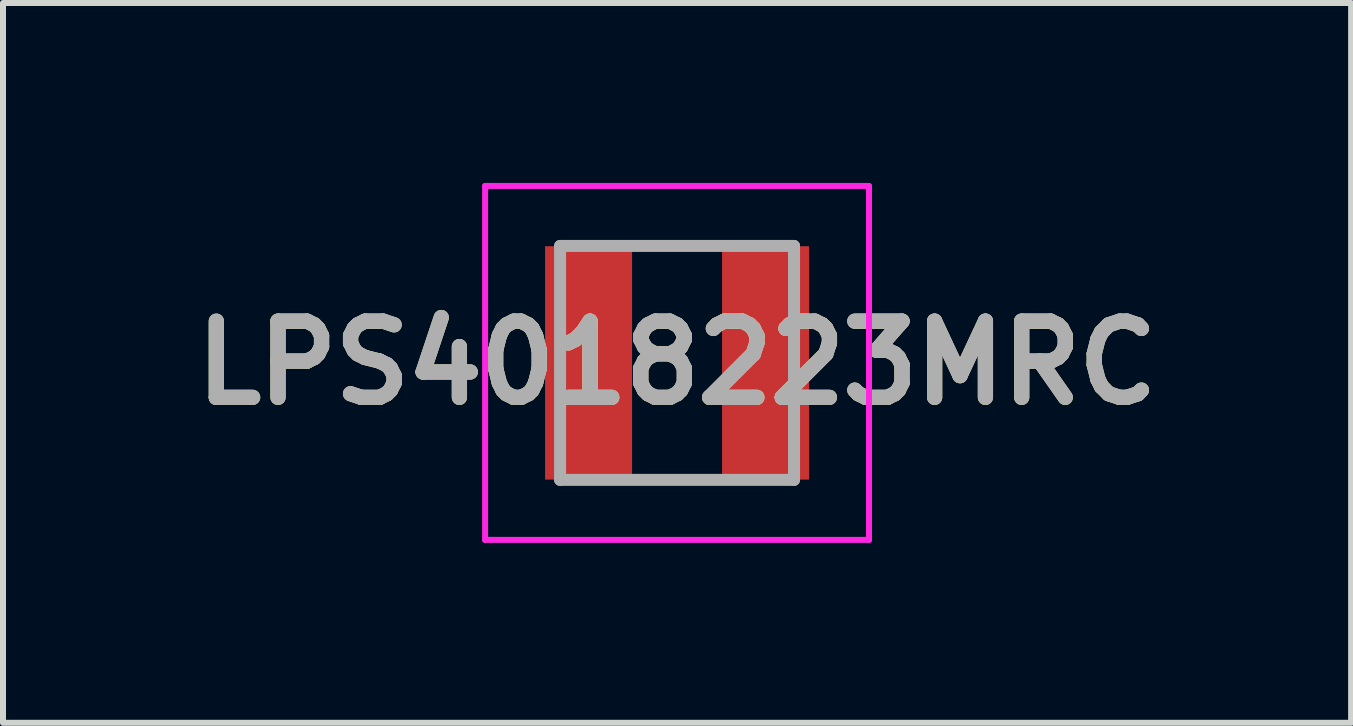
<source format=kicad_pcb>
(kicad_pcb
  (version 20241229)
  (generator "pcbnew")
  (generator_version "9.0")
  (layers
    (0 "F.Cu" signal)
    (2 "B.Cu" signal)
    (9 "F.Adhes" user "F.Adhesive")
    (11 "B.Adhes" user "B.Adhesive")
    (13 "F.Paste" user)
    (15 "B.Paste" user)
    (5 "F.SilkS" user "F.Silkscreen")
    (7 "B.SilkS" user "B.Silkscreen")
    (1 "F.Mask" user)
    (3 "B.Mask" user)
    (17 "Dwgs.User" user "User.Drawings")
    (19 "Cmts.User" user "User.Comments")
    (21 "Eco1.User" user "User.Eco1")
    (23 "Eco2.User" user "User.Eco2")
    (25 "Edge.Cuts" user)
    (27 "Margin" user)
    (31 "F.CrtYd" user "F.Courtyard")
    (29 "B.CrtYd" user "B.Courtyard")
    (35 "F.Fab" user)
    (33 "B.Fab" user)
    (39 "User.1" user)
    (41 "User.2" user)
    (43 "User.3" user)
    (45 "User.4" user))
  (footprint "LPS4018223MRC"
    (layer "F.Cu")
    (at 8.237 3)
    (property "Reference" "LPS4018223MRC" (at 0 0 0) (layer "F.SilkS") (effects (font (size 1.27 1.27) (thickness 0.254))))
    (attr smd)
    (fp_line (start -0.45 -1.95) (end 0.45 -1.95) (stroke (width 0.1) (type solid)) (layer "F.SilkS"))
    (fp_line (start -0.45 1.95) (end 0.45 1.95) (stroke (width 0.1) (type solid)) (layer "F.SilkS"))
    (fp_line (start -3.2 -2.95) (end 3.2 -2.95) (stroke (width 0.1) (type solid)) (layer "F.CrtYd"))
    (fp_line (start -3.2 2.95) (end -3.2 -2.95) (stroke (width 0.1) (type solid)) (layer "F.CrtYd"))
    (fp_line (start 3.2 -2.95) (end 3.2 2.95) (stroke (width 0.1) (type solid)) (layer "F.CrtYd"))
    (fp_line (start 3.2 2.95) (end -3.2 2.95) (stroke (width 0.1) (type solid)) (layer "F.CrtYd"))
    (fp_line (start -1.95 -1.95) (end 1.95 -1.95) (stroke (width 0.2) (type solid)) (layer "F.Fab"))
    (fp_line (start -1.95 1.95) (end -1.95 -1.95) (stroke (width 0.2) (type solid)) (layer "F.Fab"))
    (fp_line (start 1.95 -1.95) (end 1.95 1.95) (stroke (width 0.2) (type solid)) (layer "F.Fab"))
    (fp_line (start 1.95 1.95) (end -1.95 1.95) (stroke (width 0.2) (type solid)) (layer "F.Fab"))
    (fp_text user "${REFERENCE}" (at 0 0 0) (layer "F.Fab") (effects (font (size 1.27 1.27) (thickness 0.254))))
    (pad "1" smd rect (at -1.475 0) (size 1.45 3.89) (layers "F.Cu" "F.Mask" "F.Paste"))
    (pad "2" smd rect (at 1.475 0) (size 1.45 3.89) (layers "F.Cu" "F.Mask" "F.Paste")))
  (gr_rect
    (start -3 -3)
    (end 19.474 9)
    (stroke (width 0.1) (type default))
    (fill no)
    (layer "Edge.Cuts")))
</source>
